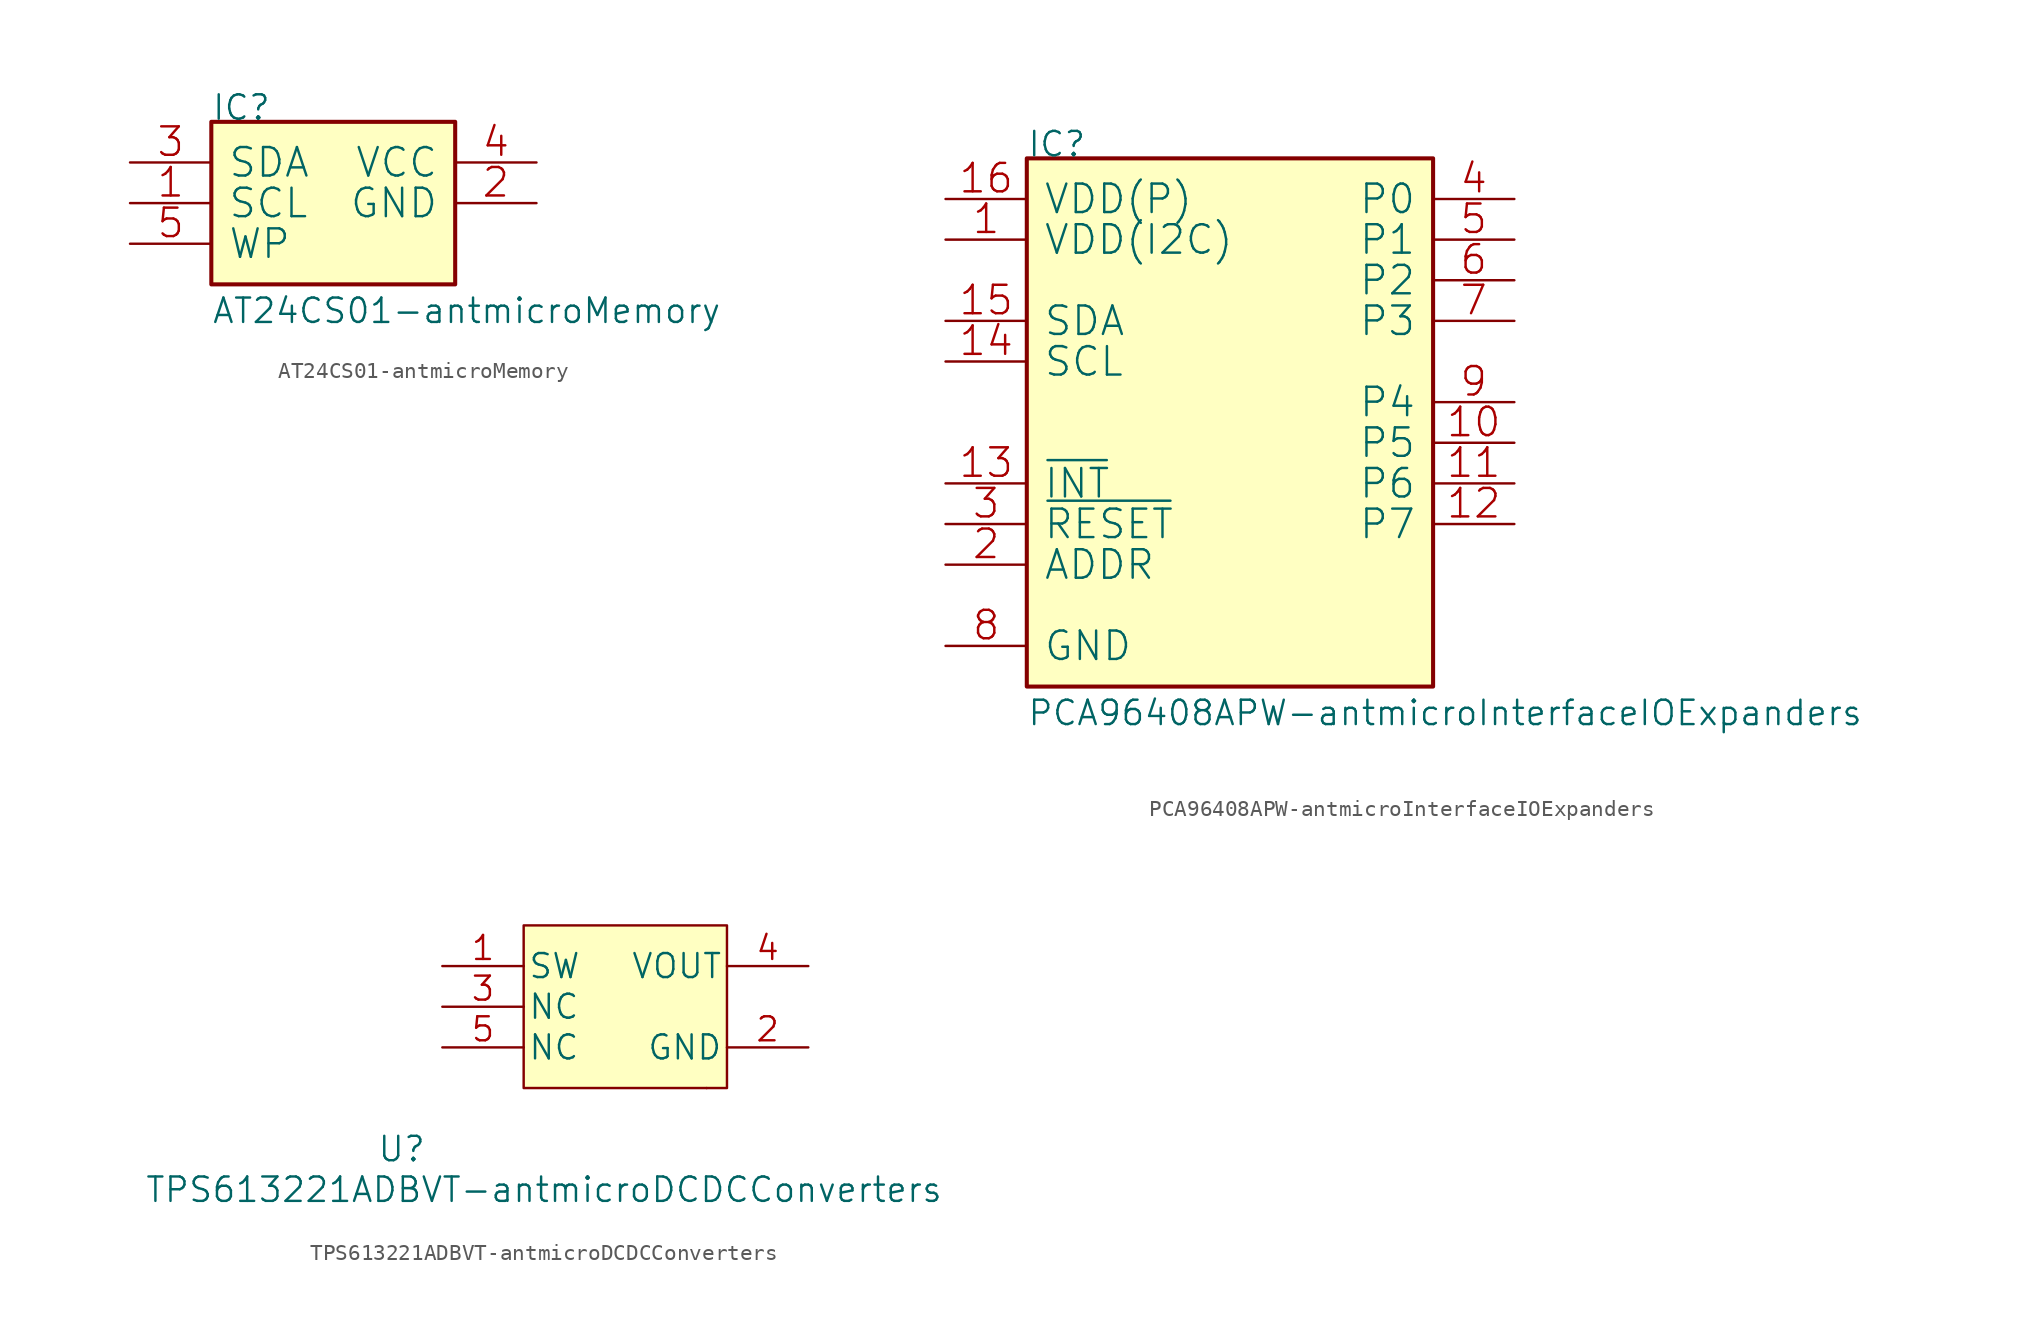
<source format=kicad_sym>
(kicad_symbol_lib
  (version 20211014)
  (generator kicad_symbol_editor)
  (symbol "AT24CS01-antmicroMemory"
    (pin_names
      (offset 1.016))
    (property "Reference" "IC"
      (at 0 15.24 0)
      (effects (font (size 1.524 1.524)) (justify left bottom)))
    (property "Value" "AT24CS01-antmicroMemory"
      (at 0 2.54 0)
      (effects (font (size 1.524 1.524)) (justify left bottom)))
    (symbol "AT24CS01-antmicroMemory_0_1"
      (rectangle (start 0 5.08) (end 15.24 15.24) (stroke (width 0.254) (type default) (color 0 0 0 0)) (fill (type background)))
      (pin passive line (at -5.08 10.16 0) (length 5.08) (name "SCL" (effects (font (size 1.778 1.778)))) (number "1" (effects (font (size 1.778 1.778)))))
      (pin passive line (at 20.32 10.16 180) (length 5.08) (name "GND" (effects (font (size 1.778 1.778)))) (number "2" (effects (font (size 1.778 1.778)))))
      (pin passive line (at -5.08 12.7 0) (length 5.08) (name "SDA" (effects (font (size 1.778 1.778)))) (number "3" (effects (font (size 1.778 1.778)))))
      (pin passive line (at 20.32 12.7 180) (length 5.08) (name "VCC" (effects (font (size 1.778 1.778)))) (number "4" (effects (font (size 1.778 1.778)))))
      (pin passive line (at -5.08 7.62 0) (length 5.08) (name "WP" (effects (font (size 1.778 1.778)))) (number "5" (effects (font (size 1.778 1.778)))))))
  (symbol "PCA96408APW-antmicroInterfaceIOExpanders"
    (pin_names
      (offset 1.016))
    (property "Reference" "IC"
      (at 0 0 0)
      (effects (font (size 1.524 1.524)) (justify left bottom)))
    (property "Value" "PCA96408APW-antmicroInterfaceIOExpanders"
      (at 0 -35.56 0)
      (effects (font (size 1.524 1.524)) (justify left bottom)))
    (symbol "PCA96408APW-antmicroInterfaceIOExpanders_0_1"
      (rectangle (start 0 -33.02) (end 25.4 0) (stroke (width 0.254) (type default) (color 0 0 0 0)) (fill (type background)))
      (pin power_in line (at -5.08 -5.08 0) (length 5.08) (name "VDD(I2C)" (effects (font (size 1.778 1.778)))) (number "1" (effects (font (size 1.778 1.778)))))
      (pin passive line (at 30.48 -17.78 180) (length 5.08) (name "P5" (effects (font (size 1.778 1.778)))) (number "10" (effects (font (size 1.778 1.778)))))
      (pin passive line (at 30.48 -20.32 180) (length 5.08) (name "P6" (effects (font (size 1.778 1.778)))) (number "11" (effects (font (size 1.778 1.778)))))
      (pin passive line (at 30.48 -22.86 180) (length 5.08) (name "P7" (effects (font (size 1.778 1.778)))) (number "12" (effects (font (size 1.778 1.778)))))
      (pin open_collector line (at -5.08 -20.32 0) (length 5.08) (name "~{INT}" (effects (font (size 1.778 1.778)))) (number "13" (effects (font (size 1.778 1.778)))))
      (pin passive line (at -5.08 -12.7 0) (length 5.08) (name "SCL" (effects (font (size 1.778 1.778)))) (number "14" (effects (font (size 1.778 1.778)))))
      (pin passive line (at -5.08 -10.16 0) (length 5.08) (name "SDA" (effects (font (size 1.778 1.778)))) (number "15" (effects (font (size 1.778 1.778)))))
      (pin power_in line (at -5.08 -2.54 0) (length 5.08) (name "VDD(P)" (effects (font (size 1.778 1.778)))) (number "16" (effects (font (size 1.778 1.778)))))
      (pin input line (at -5.08 -25.4 0) (length 5.08) (name "ADDR" (effects (font (size 1.778 1.778)))) (number "2" (effects (font (size 1.778 1.778)))))
      (pin input line (at -5.08 -22.86 0) (length 5.08) (name "~{RESET}" (effects (font (size 1.778 1.778)))) (number "3" (effects (font (size 1.778 1.778)))))
      (pin passive line (at 30.48 -2.54 180) (length 5.08) (name "P0" (effects (font (size 1.778 1.778)))) (number "4" (effects (font (size 1.778 1.778)))))
      (pin passive line (at 30.48 -5.08 180) (length 5.08) (name "P1" (effects (font (size 1.778 1.778)))) (number "5" (effects (font (size 1.778 1.778)))))
      (pin passive line (at 30.48 -7.62 180) (length 5.08) (name "P2" (effects (font (size 1.778 1.778)))) (number "6" (effects (font (size 1.778 1.778)))))
      (pin passive line (at 30.48 -10.16 180) (length 5.08) (name "P3" (effects (font (size 1.778 1.778)))) (number "7" (effects (font (size 1.778 1.778)))))
      (pin power_in line (at -5.08 -30.48 0) (length 5.08) (name "GND" (effects (font (size 1.778 1.778)))) (number "8" (effects (font (size 1.778 1.778)))))
      (pin passive line (at 30.48 -15.24 180) (length 5.08) (name "P4" (effects (font (size 1.778 1.778)))) (number "9" (effects (font (size 1.778 1.778)))))))
  (symbol "TPS613221ADBVT-antmicroDCDCConverters"
    (pin_names
      (offset 0.254))
    (property "Reference" "U"
      (at -7.62 -8.89 0)
      (effects (font (size 1.524 1.524))))
    (property "Value" "TPS613221ADBVT-antmicroDCDCConverters"
      (at 1.27 -11.43 0)
      (effects (font (size 1.524 1.524))))
    (symbol "TPS613221ADBVT-antmicroDCDCConverters_1_1"
      (rectangle (start 0 5.08) (end 12.7 -5.08) (stroke (width 0) (type default) (color 0 0 0 0)) (fill (type background)))
      (rectangle (start 11.43 -5.08) (end 11.43 -5.08) (stroke (width 0) (type default) (color 0 0 0 0)) (fill (type none)))
      (pin power_in line (at -5.08 2.54 0) (length 5.08) (name "SW" (effects (font (size 1.499 1.499)))) (number "1" (effects (font (size 1.499 1.499)))))
      (pin power_in line (at 17.78 -2.54 180) (length 5.08) (name "GND" (effects (font (size 1.499 1.499)))) (number "2" (effects (font (size 1.499 1.499)))))
      (pin unspecified line (at -5.08 0 0) (length 5.08) (name "NC" (effects (font (size 1.499 1.499)))) (number "3" (effects (font (size 1.499 1.499)))))
      (pin power_in line (at 17.78 2.54 180) (length 5.08) (name "VOUT" (effects (font (size 1.499 1.499)))) (number "4" (effects (font (size 1.499 1.499)))))
      (pin unspecified line (at -5.08 -2.54 0) (length 5.08) (name "NC" (effects (font (size 1.499 1.499)))) (number "5" (effects (font (size 1.499 1.499))))))))
</source>
